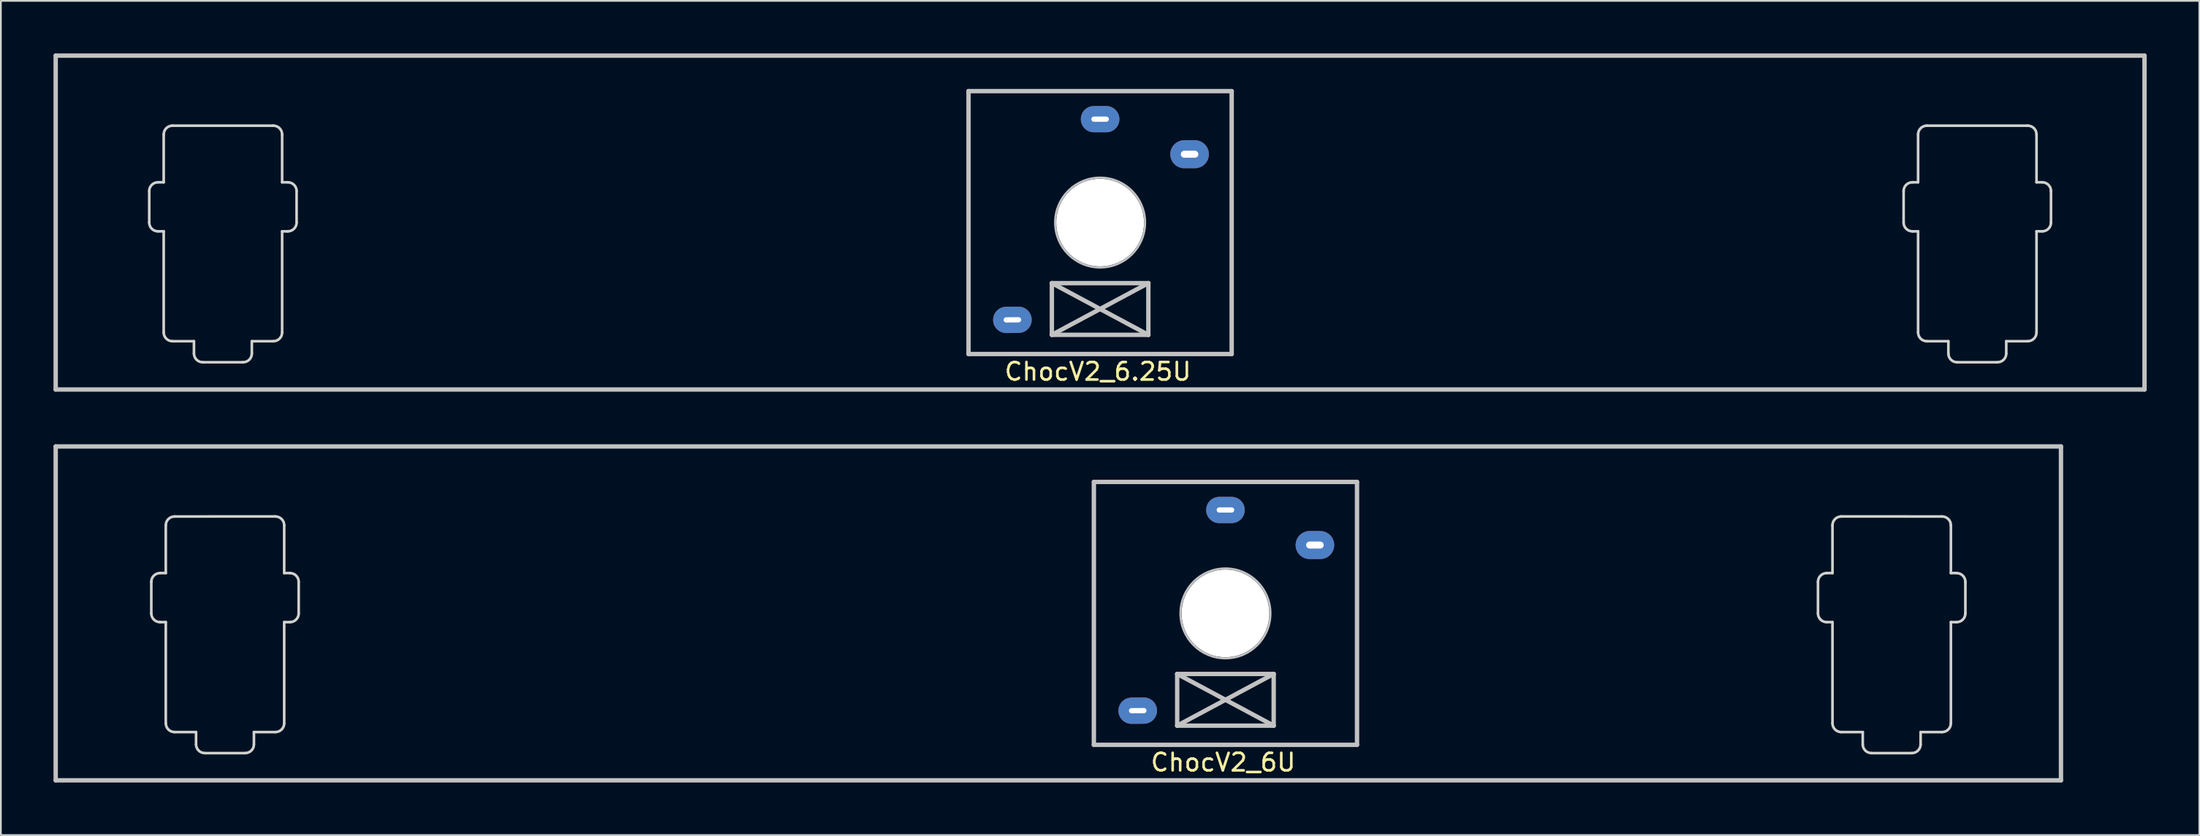
<source format=kicad_pcb>
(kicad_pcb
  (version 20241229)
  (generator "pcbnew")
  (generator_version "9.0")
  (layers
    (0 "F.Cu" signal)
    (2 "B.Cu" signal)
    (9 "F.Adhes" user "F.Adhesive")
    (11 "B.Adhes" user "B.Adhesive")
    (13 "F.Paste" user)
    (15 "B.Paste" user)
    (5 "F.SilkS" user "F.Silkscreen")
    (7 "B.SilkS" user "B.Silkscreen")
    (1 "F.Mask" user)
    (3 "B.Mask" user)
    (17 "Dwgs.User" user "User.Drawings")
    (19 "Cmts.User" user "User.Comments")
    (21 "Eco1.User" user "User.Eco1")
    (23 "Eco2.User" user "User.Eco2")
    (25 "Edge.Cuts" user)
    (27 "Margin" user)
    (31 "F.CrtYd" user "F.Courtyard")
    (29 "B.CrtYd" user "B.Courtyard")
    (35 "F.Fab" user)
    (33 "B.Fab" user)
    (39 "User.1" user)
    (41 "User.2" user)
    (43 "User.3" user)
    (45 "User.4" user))
  (footprint "ChocV2_6U"
    (layer "F.Cu")
    (at 57.275 31.95)
    (property "Reference" "ChocV2_6U" (at 9.398 8.5 0) (layer "F.SilkS") (effects (font (size 1 1) (thickness 0.15))))
    (attr through_hole)
    (fp_line (start -57.15 9.525) (end -57.15 -9.525) (stroke (width 0.25) (type solid)) (layer "Dwgs.User"))
    (fp_line (start -57.15 9.525) (end 57.15 9.525) (stroke (width 0.25) (type solid)) (layer "Dwgs.User"))
    (fp_line (start 2.025 -7.5) (end 17.025 -7.5) (stroke (width 0.25) (type solid)) (layer "Dwgs.User"))
    (fp_line (start 2.025 7.5) (end 2.025 -7.5) (stroke (width 0.25) (type solid)) (layer "Dwgs.User"))
    (fp_line (start 6.775 3.455) (end 6.775 6.405) (stroke (width 0.25) (type solid)) (layer "Dwgs.User"))
    (fp_line (start 6.775 3.455) (end 12.275 6.405) (stroke (width 0.25) (type solid)) (layer "Dwgs.User"))
    (fp_line (start 6.775 6.405) (end 12.275 3.455) (stroke (width 0.25) (type solid)) (layer "Dwgs.User"))
    (fp_line (start 6.775 6.405) (end 12.275 6.405) (stroke (width 0.25) (type solid)) (layer "Dwgs.User"))
    (fp_line (start 12.275 3.455) (end 6.775 3.455) (stroke (width 0.25) (type solid)) (layer "Dwgs.User"))
    (fp_line (start 12.275 6.405) (end 12.275 3.455) (stroke (width 0.25) (type solid)) (layer "Dwgs.User"))
    (fp_line (start 17.025 -7.5) (end 17.025 7.5) (stroke (width 0.25) (type solid)) (layer "Dwgs.User"))
    (fp_line (start 17.025 7.5) (end 2.025 7.5) (stroke (width 0.25) (type solid)) (layer "Dwgs.User"))
    (fp_line (start 57.15 -9.525) (end -57.15 -9.525) (stroke (width 0.25) (type solid)) (layer "Dwgs.User"))
    (fp_line (start 57.15 -9.525) (end 57.15 9.525) (stroke (width 0.25) (type solid)) (layer "Dwgs.User"))
    (fp_circle (center 9.525 0) (end 8.814 -2.464) (stroke (width 0.12) (type solid)) (fill no) (layer "Dwgs.User"))
    (fp_line (start -51.701 -1.801) (end -51.701 -0.001) (stroke (width 0.15) (type solid)) (layer "Edge.Cuts"))
    (fp_line (start -51.201 0.499) (end -50.875 0.499) (stroke (width 0.15) (type solid)) (layer "Edge.Cuts"))
    (fp_line (start -50.875 -5.03) (end -50.875 -2.301) (stroke (width 0.15) (type solid)) (layer "Edge.Cuts"))
    (fp_line (start -50.875 -2.301) (end -51.201 -2.301) (stroke (width 0.15) (type solid)) (layer "Edge.Cuts"))
    (fp_line (start -50.875 0.499) (end -50.875 6.271) (stroke (width 0.15) (type solid)) (layer "Edge.Cuts"))
    (fp_line (start -50.375 6.771) (end -49.15 6.771) (stroke (width 0.15) (type solid)) (layer "Edge.Cuts"))
    (fp_line (start -49.15 6.771) (end -49.15 7.471) (stroke (width 0.15) (type solid)) (layer "Edge.Cuts"))
    (fp_line (start -48.65 7.971) (end -46.351 7.971) (stroke (width 0.15) (type solid)) (layer "Edge.Cuts"))
    (fp_line (start -45.851 6.771) (end -45.851 7.471) (stroke (width 0.15) (type solid)) (layer "Edge.Cuts"))
    (fp_line (start -44.626 -5.531) (end -50.375 -5.53) (stroke (width 0.15) (type solid)) (layer "Edge.Cuts"))
    (fp_line (start -44.626 6.771) (end -45.851 6.771) (stroke (width 0.15) (type solid)) (layer "Edge.Cuts"))
    (fp_line (start -44.126 -5.03) (end -44.126 -2.301) (stroke (width 0.15) (type solid)) (layer "Edge.Cuts"))
    (fp_line (start -44.126 -2.301) (end -43.8 -2.301) (stroke (width 0.15) (type solid)) (layer "Edge.Cuts"))
    (fp_line (start -44.126 0.499) (end -44.126 6.271) (stroke (width 0.15) (type solid)) (layer "Edge.Cuts"))
    (fp_line (start -43.8 0.499) (end -44.126 0.499) (stroke (width 0.15) (type solid)) (layer "Edge.Cuts"))
    (fp_line (start -43.3 -1.801) (end -43.3 -0.001) (stroke (width 0.15) (type solid)) (layer "Edge.Cuts"))
    (fp_line (start 43.3 -1.801) (end 43.3 -0.001) (stroke (width 0.15) (type solid)) (layer "Edge.Cuts"))
    (fp_line (start 43.8 0.499) (end 44.126 0.499) (stroke (width 0.15) (type solid)) (layer "Edge.Cuts"))
    (fp_line (start 44.126 0.499) (end 44.126 6.271) (stroke (width 0.15) (type solid)) (layer "Edge.Cuts"))
    (fp_line (start 44.126 -2.301) (end 43.8 -2.301) (stroke (width 0.15) (type solid)) (layer "Edge.Cuts"))
    (fp_line (start 44.126 -5.03) (end 44.126 -2.301) (stroke (width 0.15) (type solid)) (layer "Edge.Cuts"))
    (fp_line (start 44.626 6.771) (end 45.851 6.771) (stroke (width 0.15) (type solid)) (layer "Edge.Cuts"))
    (fp_line (start 44.626 -5.531) (end 50.375 -5.53) (stroke (width 0.15) (type solid)) (layer "Edge.Cuts"))
    (fp_line (start 45.851 6.771) (end 45.851 7.471) (stroke (width 0.15) (type solid)) (layer "Edge.Cuts"))
    (fp_line (start 48.65 7.971) (end 46.351 7.971) (stroke (width 0.15) (type solid)) (layer "Edge.Cuts"))
    (fp_line (start 49.15 6.771) (end 49.15 7.471) (stroke (width 0.15) (type solid)) (layer "Edge.Cuts"))
    (fp_line (start 50.375 6.771) (end 49.15 6.771) (stroke (width 0.15) (type solid)) (layer "Edge.Cuts"))
    (fp_line (start 50.875 -5.03) (end 50.875 -2.301) (stroke (width 0.15) (type solid)) (layer "Edge.Cuts"))
    (fp_line (start 50.875 -2.301) (end 51.201 -2.301) (stroke (width 0.15) (type solid)) (layer "Edge.Cuts"))
    (fp_line (start 50.875 0.499) (end 50.875 6.271) (stroke (width 0.15) (type solid)) (layer "Edge.Cuts"))
    (fp_line (start 51.201 0.499) (end 50.875 0.499) (stroke (width 0.15) (type solid)) (layer "Edge.Cuts"))
    (fp_line (start 51.701 -1.801) (end 51.701 -0.001) (stroke (width 0.15) (type solid)) (layer "Edge.Cuts"))
    (fp_arc (start -51.700649 -1.80072) (mid -51.554203 -2.154273) (end -51.20065 -2.300719) (stroke (width 0.15) (type solid)) (layer "Edge.Cuts"))
    (fp_arc (start -51.20065 0.499451) (mid -51.554203 0.353004) (end -51.70065 -0.000549) (stroke (width 0.15) (type solid)) (layer "Edge.Cuts"))
    (fp_arc (start -50.87465 -5.029542) (mid -50.728239 -5.383059) (end -50.374752 -5.529542) (stroke (width 0.15) (type solid)) (layer "Edge.Cuts"))
    (fp_arc (start -50.37465 6.77095) (mid -50.728203 6.624503) (end -50.87465 6.27095) (stroke (width 0.15) (type solid)) (layer "Edge.Cuts"))
    (fp_arc (start -48.649649 7.97115) (mid -49.003202 7.824703) (end -49.149649 7.47115) (stroke (width 0.15) (type solid)) (layer "Edge.Cuts"))
    (fp_arc (start -45.850657 7.471125) (mid -45.997099 7.82468) (end -46.35065 7.971132) (stroke (width 0.15) (type solid)) (layer "Edge.Cuts"))
    (fp_arc (start -44.625752 -5.529585) (mid -44.272262 -5.383108) (end -44.125846 -5.029593) (stroke (width 0.15) (type solid)) (layer "Edge.Cuts"))
    (fp_arc (start -44.125675 6.270899) (mid -44.272117 6.624454) (end -44.625668 6.770906) (stroke (width 0.15) (type solid)) (layer "Edge.Cuts"))
    (fp_arc (start -43.799804 -2.300776) (mid -43.446249 -2.154334) (end -43.299797 -1.800783) (stroke (width 0.15) (type solid)) (layer "Edge.Cuts"))
    (fp_arc (start -43.299771 -0.000613) (mid -43.446212 0.352942) (end -43.799763 0.499393) (stroke (width 0.15) (type solid)) (layer "Edge.Cuts"))
    (fp_arc (start 43.299797 -1.800784) (mid 43.446249 -2.154335) (end 43.799805 -2.300776) (stroke (width 0.15) (type solid)) (layer "Edge.Cuts"))
    (fp_arc (start 43.799763 0.499394) (mid 43.446212 0.352942) (end 43.29977 -0.000613) (stroke (width 0.15) (type solid)) (layer "Edge.Cuts"))
    (fp_arc (start 44.125846 -5.029593) (mid 44.272262 -5.383108) (end 44.625752 -5.529585) (stroke (width 0.15) (type solid)) (layer "Edge.Cuts"))
    (fp_arc (start 44.625667 6.770906) (mid 44.272116 6.624454) (end 44.125675 6.270898) (stroke (width 0.15) (type solid)) (layer "Edge.Cuts"))
    (fp_arc (start 46.35065 7.971132) (mid 45.997099 7.82468) (end 45.850657 7.471125) (stroke (width 0.15) (type solid)) (layer "Edge.Cuts"))
    (fp_arc (start 49.149649 7.47115) (mid 49.003202 7.824703) (end 48.649649 7.97115) (stroke (width 0.15) (type solid)) (layer "Edge.Cuts"))
    (fp_arc (start 50.374752 -5.529542) (mid 50.728239 -5.383059) (end 50.87465 -5.029542) (stroke (width 0.15) (type solid)) (layer "Edge.Cuts"))
    (fp_arc (start 50.87465 6.27095) (mid 50.728203 6.624503) (end 50.37465 6.77095) (stroke (width 0.15) (type solid)) (layer "Edge.Cuts"))
    (fp_arc (start 51.20065 -2.30072) (mid 51.554203 -2.154273) (end 51.70065 -1.80072) (stroke (width 0.15) (type solid)) (layer "Edge.Cuts"))
    (fp_arc (start 51.700649 -0.000549) (mid 51.554203 0.353004) (end 51.20065 0.49945) (stroke (width 0.15) (type solid)) (layer "Edge.Cuts"))
    (pad "" np_thru_hole circle (at 9.525 0 90) (size 5 5) (drill 5) (layers "*.Cu" "*.Mask"))
    (pad "1" thru_hole oval (at 14.625 -3.9 180) (size 2.2 1.6) (drill oval 1 0.4) (layers "*.Cu" "B.Mask"))
    (pad "2" thru_hole oval (at 9.525 -5.9 180) (size 2.2 1.5) (drill oval 1 0.3) (layers "*.Cu" "B.Mask"))
    (pad "NC" thru_hole oval (at 4.525 5.55 180.5) (size 2.2 1.5) (drill oval 1 0.3) (layers "*.Cu" "B.Mask")))
  (footprint "ChocV2_6.25U"
    (layer "F.Cu")
    (at 59.656 9.65)
    (property "Reference" "ChocV2_6.25U" (at -0.127 8.5 0) (layer "F.SilkS") (effects (font (size 1 1) (thickness 0.15))))
    (attr through_hole)
    (fp_line (start -59.531 9.525) (end -59.531 -9.525) (stroke (width 0.25) (type solid)) (layer "Dwgs.User"))
    (fp_line (start -59.531 9.525) (end 59.531 9.525) (stroke (width 0.25) (type solid)) (layer "Dwgs.User"))
    (fp_line (start -7.5 -7.5) (end 7.5 -7.5) (stroke (width 0.25) (type solid)) (layer "Dwgs.User"))
    (fp_line (start -7.5 7.5) (end -7.5 -7.5) (stroke (width 0.25) (type solid)) (layer "Dwgs.User"))
    (fp_line (start -2.75 3.455) (end -2.75 6.405) (stroke (width 0.25) (type solid)) (layer "Dwgs.User"))
    (fp_line (start -2.75 3.455) (end 2.75 6.405) (stroke (width 0.25) (type solid)) (layer "Dwgs.User"))
    (fp_line (start -2.75 6.405) (end 2.75 3.455) (stroke (width 0.25) (type solid)) (layer "Dwgs.User"))
    (fp_line (start -2.75 6.405) (end 2.75 6.405) (stroke (width 0.25) (type solid)) (layer "Dwgs.User"))
    (fp_line (start 2.75 3.455) (end -2.75 3.455) (stroke (width 0.25) (type solid)) (layer "Dwgs.User"))
    (fp_line (start 2.75 6.405) (end 2.75 3.455) (stroke (width 0.25) (type solid)) (layer "Dwgs.User"))
    (fp_line (start 7.5 -7.5) (end 7.5 7.5) (stroke (width 0.25) (type solid)) (layer "Dwgs.User"))
    (fp_line (start 7.5 7.5) (end -7.5 7.5) (stroke (width 0.25) (type solid)) (layer "Dwgs.User"))
    (fp_line (start 59.531 -9.525) (end -59.531 -9.525) (stroke (width 0.25) (type solid)) (layer "Dwgs.User"))
    (fp_line (start 59.531 -9.525) (end 59.531 9.525) (stroke (width 0.25) (type solid)) (layer "Dwgs.User"))
    (fp_circle (center 0 0) (end -0.711 -2.464) (stroke (width 0.12) (type solid)) (fill no) (layer "Dwgs.User"))
    (fp_line (start -54.2 -1.799) (end -54.2 -0.001) (stroke (width 0.15) (type solid)) (layer "Edge.Cuts"))
    (fp_line (start -53.7 0.499) (end -53.375 0.499) (stroke (width 0.15) (type solid)) (layer "Edge.Cuts"))
    (fp_line (start -53.375 -5.029) (end -53.375 -2.299) (stroke (width 0.15) (type solid)) (layer "Edge.Cuts"))
    (fp_line (start -53.375 -2.299) (end -53.7 -2.299) (stroke (width 0.15) (type solid)) (layer "Edge.Cuts"))
    (fp_line (start -53.375 0.499) (end -53.375 6.269) (stroke (width 0.15) (type solid)) (layer "Edge.Cuts"))
    (fp_line (start -52.875 6.769) (end -51.65 6.769) (stroke (width 0.15) (type solid)) (layer "Edge.Cuts"))
    (fp_line (start -51.65 6.769) (end -51.65 7.47) (stroke (width 0.15) (type solid)) (layer "Edge.Cuts"))
    (fp_line (start -48.851 7.97) (end -51.15 7.97) (stroke (width 0.15) (type solid)) (layer "Edge.Cuts"))
    (fp_line (start -48.351 6.77) (end -48.351 7.47) (stroke (width 0.15) (type solid)) (layer "Edge.Cuts"))
    (fp_line (start -47.125 6.77) (end -48.351 6.77) (stroke (width 0.15) (type solid)) (layer "Edge.Cuts"))
    (fp_line (start -47.125 -5.529) (end -52.875 -5.529) (stroke (width 0.15) (type solid)) (layer "Edge.Cuts"))
    (fp_line (start -46.625 0.5) (end -46.625 6.27) (stroke (width 0.15) (type solid)) (layer "Edge.Cuts"))
    (fp_line (start -46.625 -2.299) (end -46.3 -2.299) (stroke (width 0.15) (type solid)) (layer "Edge.Cuts"))
    (fp_line (start -46.625 -5.029) (end -46.625 -2.299) (stroke (width 0.15) (type solid)) (layer "Edge.Cuts"))
    (fp_line (start -46.3 0.5) (end -46.625 0.5) (stroke (width 0.15) (type solid)) (layer "Edge.Cuts"))
    (fp_line (start -45.8 -1.799) (end -45.8 -0.000496) (stroke (width 0.15) (type solid)) (layer "Edge.Cuts"))
    (fp_line (start 45.8 -1.799) (end 45.8 -0.000496) (stroke (width 0.15) (type solid)) (layer "Edge.Cuts"))
    (fp_line (start 46.3 0.5) (end 46.625 0.5) (stroke (width 0.15) (type solid)) (layer "Edge.Cuts"))
    (fp_line (start 46.625 -5.029) (end 46.625 -2.299) (stroke (width 0.15) (type solid)) (layer "Edge.Cuts"))
    (fp_line (start 46.625 -2.299) (end 46.3 -2.299) (stroke (width 0.15) (type solid)) (layer "Edge.Cuts"))
    (fp_line (start 46.625 0.5) (end 46.625 6.27) (stroke (width 0.15) (type solid)) (layer "Edge.Cuts"))
    (fp_line (start 47.125 -5.529) (end 52.875 -5.529) (stroke (width 0.15) (type solid)) (layer "Edge.Cuts"))
    (fp_line (start 47.125 6.77) (end 48.351 6.77) (stroke (width 0.15) (type solid)) (layer "Edge.Cuts"))
    (fp_line (start 48.351 6.77) (end 48.351 7.47) (stroke (width 0.15) (type solid)) (layer "Edge.Cuts"))
    (fp_line (start 48.851 7.97) (end 51.15 7.97) (stroke (width 0.15) (type solid)) (layer "Edge.Cuts"))
    (fp_line (start 51.65 6.769) (end 51.65 7.47) (stroke (width 0.15) (type solid)) (layer "Edge.Cuts"))
    (fp_line (start 52.875 6.769) (end 51.65 6.769) (stroke (width 0.15) (type solid)) (layer "Edge.Cuts"))
    (fp_line (start 53.375 -5.029) (end 53.375 -2.299) (stroke (width 0.15) (type solid)) (layer "Edge.Cuts"))
    (fp_line (start 53.375 -2.299) (end 53.7 -2.299) (stroke (width 0.15) (type solid)) (layer "Edge.Cuts"))
    (fp_line (start 53.375 0.499) (end 53.375 6.269) (stroke (width 0.15) (type solid)) (layer "Edge.Cuts"))
    (fp_line (start 53.7 0.499) (end 53.375 0.499) (stroke (width 0.15) (type solid)) (layer "Edge.Cuts"))
    (fp_line (start 54.2 -1.799) (end 54.2 -0.001) (stroke (width 0.15) (type solid)) (layer "Edge.Cuts"))
    (fp_arc (start -54.20032 -1.7993) (mid -54.053873 -2.152853) (end -53.70032 -2.2993) (stroke (width 0.15) (type solid)) (layer "Edge.Cuts"))
    (fp_arc (start -53.70032 0.499501) (mid -54.053873 0.353054) (end -54.20032 -0.000499) (stroke (width 0.15) (type solid)) (layer "Edge.Cuts"))
    (fp_arc (start -53.374851 -5.029499) (mid -53.228404 -5.383053) (end -52.87485 -5.5295) (stroke (width 0.15) (type solid)) (layer "Edge.Cuts"))
    (fp_arc (start -52.87485 6.769499) (mid -53.228403 6.623052) (end -53.37485 6.269499) (stroke (width 0.15) (type solid)) (layer "Edge.Cuts"))
    (fp_arc (start -51.14956 7.969799) (mid -51.503113 7.823352) (end -51.64956 7.469799) (stroke (width 0.15) (type solid)) (layer "Edge.Cuts"))
    (fp_arc (start -48.350549 7.469801) (mid -48.496996 7.823354) (end -48.85055 7.9698) (stroke (width 0.15) (type solid)) (layer "Edge.Cuts"))
    (fp_arc (start -47.12525 -5.529497) (mid -46.771697 -5.38305) (end -46.62525 -5.029497) (stroke (width 0.15) (type solid)) (layer "Edge.Cuts"))
    (fp_arc (start -46.625258 6.269503) (mid -46.771705 6.623056) (end -47.125259 6.769502) (stroke (width 0.15) (type solid)) (layer "Edge.Cuts"))
    (fp_arc (start -46.299781 -2.299297) (mid -45.946228 -2.15285) (end -45.799782 -1.799296) (stroke (width 0.15) (type solid)) (layer "Edge.Cuts"))
    (fp_arc (start -45.799785 -0.000497) (mid -45.946231 0.353056) (end -46.299784 0.499502) (stroke (width 0.15) (type solid)) (layer "Edge.Cuts"))
    (fp_arc (start 45.799782 -1.799297) (mid 45.946229 -2.15285) (end 46.299782 -2.299297) (stroke (width 0.15) (type solid)) (layer "Edge.Cuts"))
    (fp_arc (start 46.299785 0.499503) (mid 45.946231 0.353057) (end 45.799784 -0.000496) (stroke (width 0.15) (type solid)) (layer "Edge.Cuts"))
    (fp_arc (start 46.62525 -5.029497) (mid 46.771697 -5.38305) (end 47.12525 -5.529497) (stroke (width 0.15) (type solid)) (layer "Edge.Cuts"))
    (fp_arc (start 47.125258 6.769502) (mid 46.771705 6.623055) (end 46.625258 6.269502) (stroke (width 0.15) (type solid)) (layer "Edge.Cuts"))
    (fp_arc (start 48.85055 7.9698) (mid 48.496996 7.823354) (end 48.350549 7.469801) (stroke (width 0.15) (type solid)) (layer "Edge.Cuts"))
    (fp_arc (start 51.64956 7.469799) (mid 51.503113 7.823352) (end 51.14956 7.969799) (stroke (width 0.15) (type solid)) (layer "Edge.Cuts"))
    (fp_arc (start 52.87485 -5.529499) (mid 53.228403 -5.383052) (end 53.37485 -5.029499) (stroke (width 0.15) (type solid)) (layer "Edge.Cuts"))
    (fp_arc (start 53.37485 6.269499) (mid 53.228403 6.623052) (end 52.87485 6.769499) (stroke (width 0.15) (type solid)) (layer "Edge.Cuts"))
    (fp_arc (start 53.70032 -2.2993) (mid 54.053873 -2.152853) (end 54.20032 -1.7993) (stroke (width 0.15) (type solid)) (layer "Edge.Cuts"))
    (fp_arc (start 54.200318 -0.000499) (mid 54.053872 0.353053) (end 53.70032 0.499499) (stroke (width 0.15) (type solid)) (layer "Edge.Cuts"))
    (pad "" np_thru_hole circle (at 0 0 90) (size 5 5) (drill 5) (layers "*.Cu" "*.Mask"))
    (pad "1" thru_hole oval (at 5.1 -3.9 180) (size 2.2 1.6) (drill oval 1 0.4) (layers "*.Cu" "B.Mask"))
    (pad "2" thru_hole oval (at 0 -5.9 180) (size 2.2 1.5) (drill oval 1 0.3) (layers "*.Cu" "B.Mask"))
    (pad "NC" thru_hole oval (at -5 5.55 180.5) (size 2.2 1.5) (drill oval 1 0.3) (layers "*.Cu" "B.Mask")))
  (gr_rect
    (start -3 -3)
    (end 122.312 44.6)
    (stroke (width 0.1) (type default))
    (fill no)
    (layer "Edge.Cuts")))
</source>
